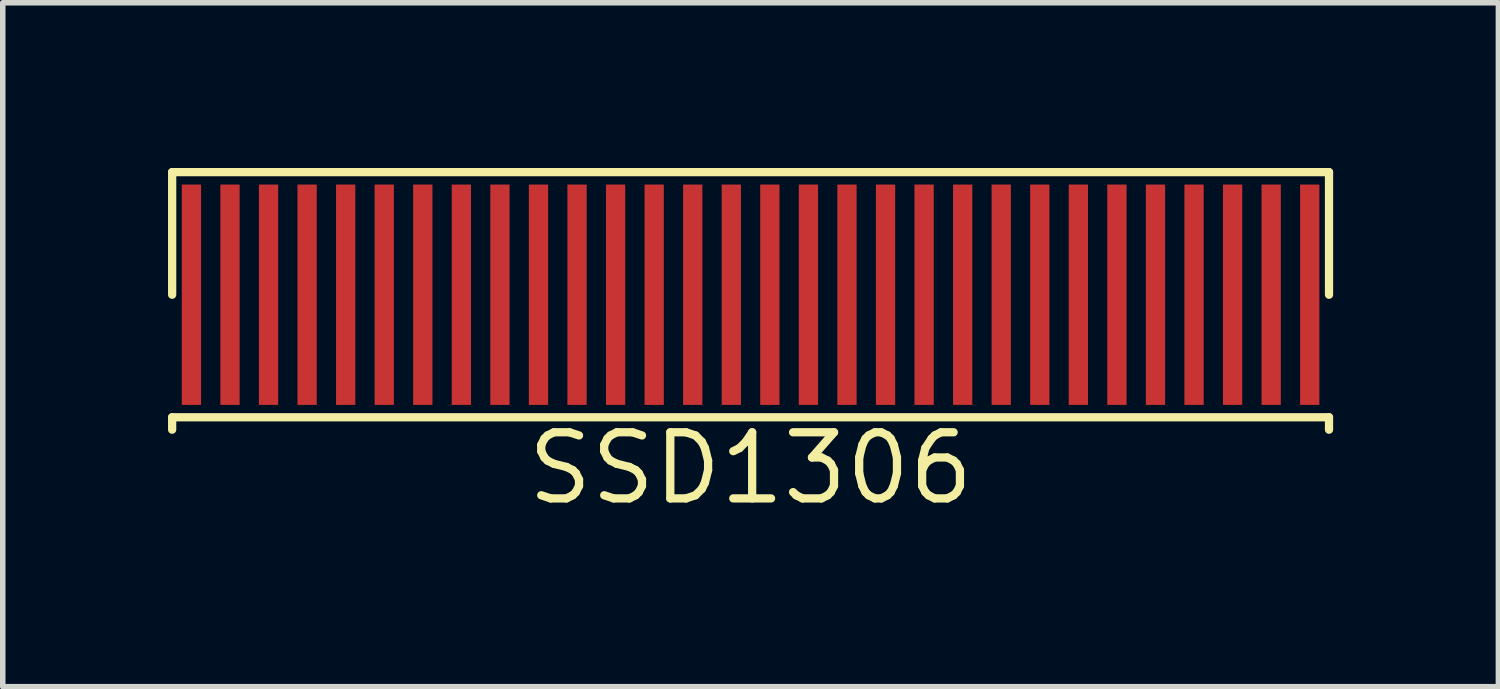
<source format=kicad_pcb>
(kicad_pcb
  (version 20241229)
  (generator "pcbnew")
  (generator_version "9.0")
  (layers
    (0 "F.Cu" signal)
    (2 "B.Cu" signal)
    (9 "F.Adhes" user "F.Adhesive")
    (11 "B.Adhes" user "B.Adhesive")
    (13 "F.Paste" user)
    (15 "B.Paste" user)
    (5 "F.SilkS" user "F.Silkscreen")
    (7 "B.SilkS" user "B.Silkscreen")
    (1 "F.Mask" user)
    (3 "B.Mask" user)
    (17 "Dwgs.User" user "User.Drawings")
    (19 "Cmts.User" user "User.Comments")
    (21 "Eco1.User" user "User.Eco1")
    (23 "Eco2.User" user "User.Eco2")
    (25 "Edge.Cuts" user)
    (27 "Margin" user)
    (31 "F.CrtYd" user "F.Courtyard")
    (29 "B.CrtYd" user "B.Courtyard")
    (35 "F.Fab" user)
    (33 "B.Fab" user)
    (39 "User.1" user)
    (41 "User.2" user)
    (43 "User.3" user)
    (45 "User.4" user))
  (footprint "SSD1306"
    (layer "F.Cu")
    (at 10.575 2.3)
    (property "Reference" "SSD1306" (at 0 3.15 0) (layer "F.SilkS") (effects (font (size 1.2 1.2) (thickness 0.15))))
    (attr through_hole)
    (fp_line (start -10.5 -2.225) (end 10.5 -2.225) (stroke (width 0.15) (type solid)) (layer "F.SilkS"))
    (fp_line (start -10.5 0) (end -10.5 -2.225) (stroke (width 0.15) (type solid)) (layer "F.SilkS"))
    (fp_line (start -10.5 2.225) (end -10.5 2.45) (stroke (width 0.15) (type solid)) (layer "F.SilkS"))
    (fp_line (start -10.5 2.225) (end 10.5 2.225) (stroke (width 0.15) (type solid)) (layer "F.SilkS"))
    (fp_line (start 10.5 0) (end 10.5 -2.225) (stroke (width 0.15) (type solid)) (layer "F.SilkS"))
    (fp_line (start 10.5 2.225) (end 10.5 2.45) (stroke (width 0.15) (type solid)) (layer "F.SilkS"))
    (pad "1" smd rect (at -10.15 0) (size 0.35 4) (layers "F.Cu" "F.Mask" "F.Paste"))
    (pad "2" smd rect (at -9.45 0) (size 0.35 4) (layers "F.Cu" "F.Mask" "F.Paste"))
    (pad "3" smd rect (at -8.75 0) (size 0.35 4) (layers "F.Cu" "F.Mask" "F.Paste"))
    (pad "4" smd rect (at -8.05 0) (size 0.35 4) (layers "F.Cu" "F.Mask" "F.Paste"))
    (pad "5" smd rect (at -7.35 0) (size 0.35 4) (layers "F.Cu" "F.Mask" "F.Paste"))
    (pad "6" smd rect (at -6.65 0) (size 0.35 4) (layers "F.Cu" "F.Mask" "F.Paste"))
    (pad "7" smd rect (at -5.95 0) (size 0.35 4) (layers "F.Cu" "F.Mask" "F.Paste"))
    (pad "8" smd rect (at -5.25 0) (size 0.35 4) (layers "F.Cu" "F.Mask" "F.Paste"))
    (pad "9" smd rect (at -4.55 0) (size 0.35 4) (layers "F.Cu" "F.Mask" "F.Paste"))
    (pad "10" smd rect (at -3.85 0) (size 0.35 4) (layers "F.Cu" "F.Mask" "F.Paste"))
    (pad "11" smd rect (at -3.15 0) (size 0.35 4) (layers "F.Cu" "F.Mask" "F.Paste"))
    (pad "12" smd rect (at -2.45 0) (size 0.35 4) (layers "F.Cu" "F.Mask" "F.Paste"))
    (pad "13" smd rect (at -1.75 0) (size 0.35 4) (layers "F.Cu" "F.Mask" "F.Paste"))
    (pad "14" smd rect (at -1.05 0) (size 0.35 4) (layers "F.Cu" "F.Mask" "F.Paste"))
    (pad "15" smd rect (at -0.35 0) (size 0.35 4) (layers "F.Cu" "F.Mask" "F.Paste"))
    (pad "16" smd rect (at 0.35 0) (size 0.35 4) (layers "F.Cu" "F.Mask" "F.Paste"))
    (pad "17" smd rect (at 1.05 0) (size 0.35 4) (layers "F.Cu" "F.Mask" "F.Paste"))
    (pad "18" smd rect (at 1.75 0) (size 0.35 4) (layers "F.Cu" "F.Mask" "F.Paste"))
    (pad "19" smd rect (at 2.45 0) (size 0.35 4) (layers "F.Cu" "F.Mask" "F.Paste"))
    (pad "20" smd rect (at 3.15 0) (size 0.35 4) (layers "F.Cu" "F.Mask" "F.Paste"))
    (pad "21" smd rect (at 3.85 0) (size 0.35 4) (layers "F.Cu" "F.Mask" "F.Paste"))
    (pad "22" smd rect (at 4.55 0) (size 0.35 4) (layers "F.Cu" "F.Mask" "F.Paste"))
    (pad "23" smd rect (at 5.25 0) (size 0.35 4) (layers "F.Cu" "F.Mask" "F.Paste"))
    (pad "24" smd rect (at 5.95 0) (size 0.35 4) (layers "F.Cu" "F.Mask" "F.Paste"))
    (pad "25" smd rect (at 6.65 0) (size 0.35 4) (layers "F.Cu" "F.Mask" "F.Paste"))
    (pad "26" smd rect (at 7.35 0) (size 0.35 4) (layers "F.Cu" "F.Mask" "F.Paste"))
    (pad "27" smd rect (at 8.05 0) (size 0.35 4) (layers "F.Cu" "F.Mask" "F.Paste"))
    (pad "28" smd rect (at 8.75 0) (size 0.35 4) (layers "F.Cu" "F.Mask" "F.Paste"))
    (pad "29" smd rect (at 9.45 0) (size 0.35 4) (layers "F.Cu" "F.Mask" "F.Paste"))
    (pad "30" smd rect (at 10.15 0) (size 0.35 4) (layers "F.Cu" "F.Mask" "F.Paste")))
  (gr_rect
    (start -3 -3)
    (end 24.15 9.415)
    (stroke (width 0.1) (type default))
    (fill no)
    (layer "Edge.Cuts")))
</source>
